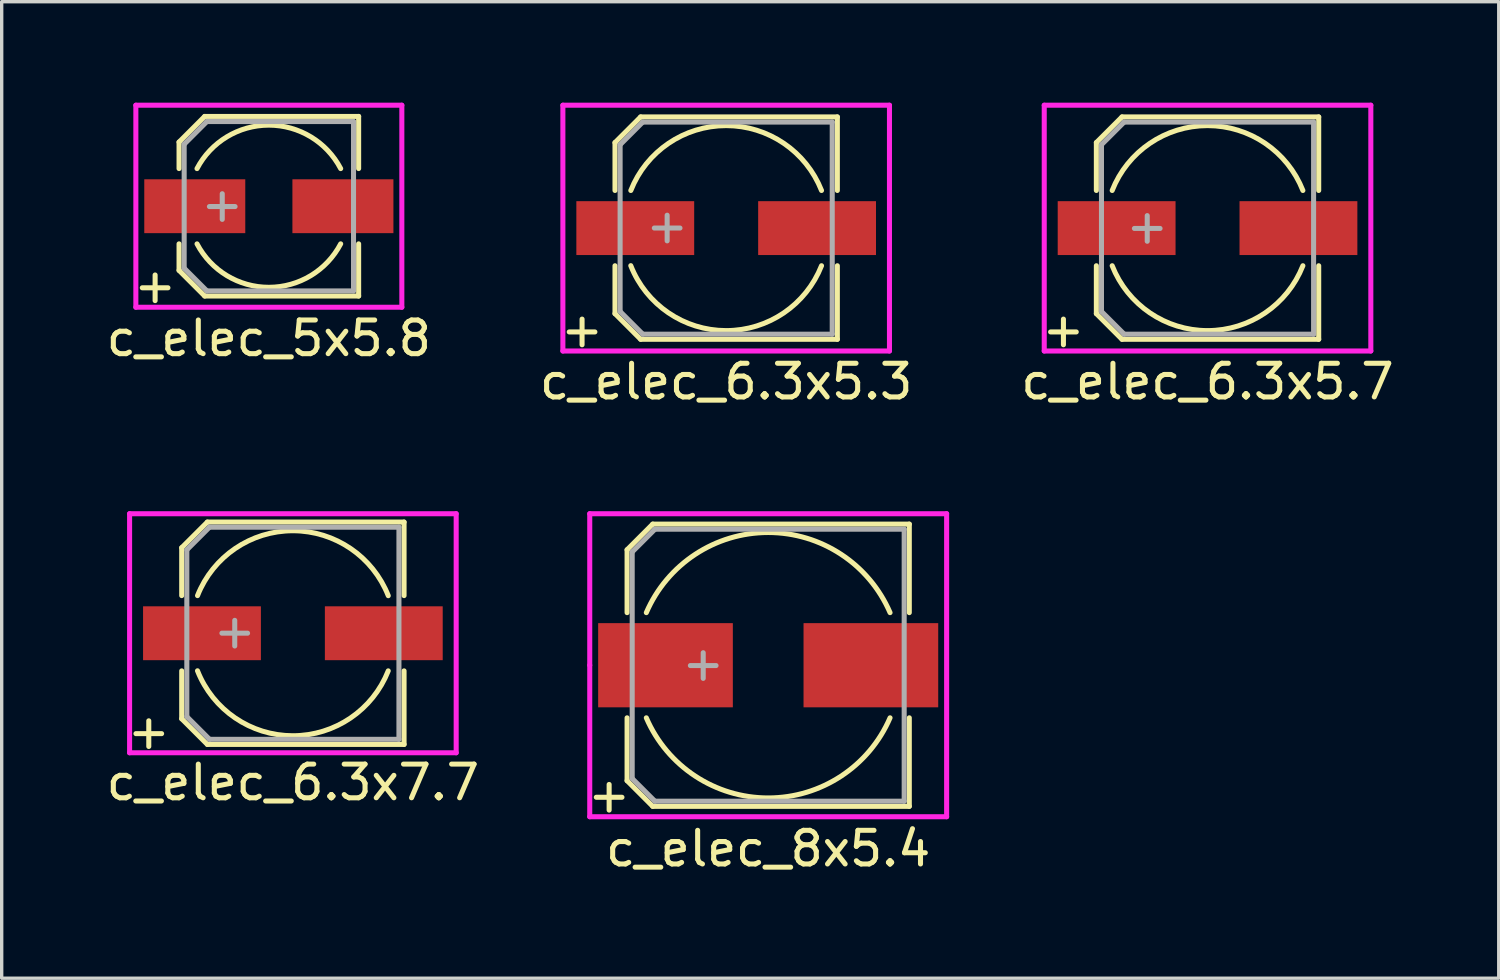
<source format=kicad_pcb>
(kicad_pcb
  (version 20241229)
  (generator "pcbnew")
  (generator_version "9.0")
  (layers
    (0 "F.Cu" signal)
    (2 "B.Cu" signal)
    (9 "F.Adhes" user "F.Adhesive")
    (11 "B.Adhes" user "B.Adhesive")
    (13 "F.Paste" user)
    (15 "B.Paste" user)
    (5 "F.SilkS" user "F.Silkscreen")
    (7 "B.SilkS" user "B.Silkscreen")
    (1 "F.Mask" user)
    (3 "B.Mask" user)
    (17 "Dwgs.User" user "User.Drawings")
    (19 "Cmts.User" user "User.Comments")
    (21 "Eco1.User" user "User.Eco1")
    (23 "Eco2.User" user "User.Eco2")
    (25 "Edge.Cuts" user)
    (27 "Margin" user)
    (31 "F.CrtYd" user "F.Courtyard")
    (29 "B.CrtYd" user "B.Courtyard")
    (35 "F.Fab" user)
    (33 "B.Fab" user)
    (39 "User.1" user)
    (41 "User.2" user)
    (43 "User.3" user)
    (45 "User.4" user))
  (footprint "c_elec_6.3x7.7"
    (layer "F.Cu")
    (at 5.649 15.758)
    (property "Reference" "c_elec_6.3x7.7" (at 0 4.432 0) (layer "F.SilkS") (effects (font (size 1 1) (thickness 0.15))))
    (attr smd)
    (fp_line (start -3.302 -2.54) (end -3.302 -1.118) (stroke (width 0.15) (type solid)) (layer "F.SilkS"))
    (fp_line (start -3.302 -2.54) (end -2.54 -3.302) (stroke (width 0.15) (type solid)) (layer "F.SilkS"))
    (fp_line (start -3.302 2.54) (end -3.302 1.118) (stroke (width 0.15) (type solid)) (layer "F.SilkS"))
    (fp_line (start -2.54 -3.302) (end 3.302 -3.302) (stroke (width 0.15) (type solid)) (layer "F.SilkS"))
    (fp_line (start -2.54 3.302) (end -3.302 2.54) (stroke (width 0.15) (type solid)) (layer "F.SilkS"))
    (fp_line (start 3.302 -3.302) (end 3.302 -1.118) (stroke (width 0.15) (type solid)) (layer "F.SilkS"))
    (fp_line (start 3.302 3.302) (end -2.54 3.302) (stroke (width 0.15) (type solid)) (layer "F.SilkS"))
    (fp_line (start 3.302 3.302) (end 3.302 1.118) (stroke (width 0.15) (type solid)) (layer "F.SilkS"))
    (fp_arc (start -2.8321 -1.1176) (mid 0.001257 -3.044638) (end 2.833022 -1.115262) (stroke (width 0.15) (type solid)) (layer "F.SilkS"))
    (fp_arc (start 2.8321 1.1176) (mid -0.001257 3.044638) (end -2.833022 1.115262) (stroke (width 0.15) (type solid)) (layer "F.SilkS"))
    (fp_line (start -4.85 -3.55) (end -4.85 3.55) (stroke (width 0.15) (type solid)) (layer "F.CrtYd"))
    (fp_line (start -4.85 3.55) (end 4.85 3.55) (stroke (width 0.15) (type solid)) (layer "F.CrtYd"))
    (fp_line (start 4.85 -3.55) (end -4.85 -3.55) (stroke (width 0.15) (type solid)) (layer "F.CrtYd"))
    (fp_line (start 4.85 3.55) (end 4.85 -3.55) (stroke (width 0.15) (type solid)) (layer "F.CrtYd"))
    (fp_line (start -3.15 -2.477) (end -3.15 2.477) (stroke (width 0.15) (type solid)) (layer "F.Fab"))
    (fp_line (start -3.15 2.477) (end -2.477 3.15) (stroke (width 0.15) (type solid)) (layer "F.Fab"))
    (fp_line (start -2.477 -3.15) (end -3.15 -2.477) (stroke (width 0.15) (type solid)) (layer "F.Fab"))
    (fp_line (start -2.477 3.15) (end 3.15 3.15) (stroke (width 0.15) (type solid)) (layer "F.Fab"))
    (fp_line (start 3.15 -3.15) (end -2.477 -3.15) (stroke (width 0.15) (type solid)) (layer "F.Fab"))
    (fp_line (start 3.15 3.15) (end 3.15 -3.15) (stroke (width 0.15) (type solid)) (layer "F.Fab"))
    (fp_text user "+" (at -4.28 2.908 0) (layer "F.SilkS") (effects (font (size 1 1) (thickness 0.15))))
    (fp_text user "+" (at -1.727 -0.076 0) (layer "F.Fab") (effects (font (size 1 1) (thickness 0.15))))
    (pad "1" smd rect (at -2.7 0 180) (size 3.5 1.6) (layers "F.Cu" "F.Mask" "F.Paste"))
    (pad "2" smd rect (at 2.7 0 180) (size 3.5 1.6) (layers "F.Cu" "F.Mask" "F.Paste")))
  (footprint "c_elec_8x5.4"
    (layer "F.Cu")
    (at 19.766 16.708)
    (property "Reference" "c_elec_8x5.4" (at 0 5.448 0) (layer "F.SilkS") (effects (font (size 1 1) (thickness 0.15))))
    (attr smd)
    (fp_line (start -4.191 -3.429) (end -4.191 -1.562) (stroke (width 0.15) (type solid)) (layer "F.SilkS"))
    (fp_line (start -4.191 -3.429) (end -3.429 -4.191) (stroke (width 0.15) (type solid)) (layer "F.SilkS"))
    (fp_line (start -4.191 3.429) (end -4.191 1.562) (stroke (width 0.15) (type solid)) (layer "F.SilkS"))
    (fp_line (start -3.429 -4.191) (end 4.191 -4.191) (stroke (width 0.15) (type solid)) (layer "F.SilkS"))
    (fp_line (start -3.429 4.191) (end -4.191 3.429) (stroke (width 0.15) (type solid)) (layer "F.SilkS"))
    (fp_line (start 4.191 -4.191) (end 4.191 -1.562) (stroke (width 0.15) (type solid)) (layer "F.SilkS"))
    (fp_line (start 4.191 4.191) (end -3.429 4.191) (stroke (width 0.15) (type solid)) (layer "F.SilkS"))
    (fp_line (start 4.191 4.191) (end 4.191 1.562) (stroke (width 0.15) (type solid)) (layer "F.SilkS"))
    (fp_arc (start -3.6195 -1.5621) (mid 0 -3.942199) (end 3.6195 -1.5621) (stroke (width 0.15) (type solid)) (layer "F.SilkS"))
    (fp_arc (start 3.6195 1.5621) (mid 0 3.942199) (end -3.6195 1.5621) (stroke (width 0.15) (type solid)) (layer "F.SilkS"))
    (fp_line (start -5.3 -4.5) (end -5.3 0) (stroke (width 0.15) (type solid)) (layer "F.CrtYd"))
    (fp_line (start -5.3 0) (end -5.3 4.5) (stroke (width 0.15) (type solid)) (layer "F.CrtYd"))
    (fp_line (start -5.3 4.5) (end 5.3 4.5) (stroke (width 0.15) (type solid)) (layer "F.CrtYd"))
    (fp_line (start 5.3 -4.5) (end -5.3 -4.5) (stroke (width 0.15) (type solid)) (layer "F.CrtYd"))
    (fp_line (start 5.3 4.5) (end 5.3 -4.5) (stroke (width 0.15) (type solid)) (layer "F.CrtYd"))
    (fp_line (start -4.039 -3.365) (end -4.039 3.365) (stroke (width 0.15) (type solid)) (layer "F.Fab"))
    (fp_line (start -4.039 3.365) (end -3.365 4.039) (stroke (width 0.15) (type solid)) (layer "F.Fab"))
    (fp_line (start -3.365 -4.039) (end -4.039 -3.365) (stroke (width 0.15) (type solid)) (layer "F.Fab"))
    (fp_line (start -3.365 4.039) (end 4.039 4.039) (stroke (width 0.15) (type solid)) (layer "F.Fab"))
    (fp_line (start 4.039 -4.039) (end -3.365 -4.039) (stroke (width 0.15) (type solid)) (layer "F.Fab"))
    (fp_line (start 4.039 4.039) (end 4.039 -4.039) (stroke (width 0.15) (type solid)) (layer "F.Fab"))
    (fp_text user "+" (at -4.724 3.848 0) (layer "F.SilkS") (effects (font (size 1 1) (thickness 0.15))))
    (fp_text user "+" (at -1.93 -0.064 0) (layer "F.Fab") (effects (font (size 1 1) (thickness 0.15))))
    (pad "1" smd rect (at -3.05 0 180) (size 4 2.5) (layers "F.Cu" "F.Mask" "F.Paste"))
    (pad "2" smd rect (at 3.05 0 180) (size 4 2.5) (layers "F.Cu" "F.Mask" "F.Paste")))
  (footprint "c_elec_6.3x5.7"
    (layer "F.Cu")
    (at 32.815 3.725)
    (property "Reference" "c_elec_6.3x5.7" (at 0 4.559 0) (layer "F.SilkS") (effects (font (size 1 1) (thickness 0.15))))
    (attr smd)
    (fp_line (start -3.302 -2.54) (end -3.302 -1.118) (stroke (width 0.15) (type solid)) (layer "F.SilkS"))
    (fp_line (start -3.302 -2.54) (end -2.54 -3.302) (stroke (width 0.15) (type solid)) (layer "F.SilkS"))
    (fp_line (start -3.302 2.54) (end -3.302 1.118) (stroke (width 0.15) (type solid)) (layer "F.SilkS"))
    (fp_line (start -2.54 -3.302) (end 3.302 -3.302) (stroke (width 0.15) (type solid)) (layer "F.SilkS"))
    (fp_line (start -2.54 3.302) (end -3.302 2.54) (stroke (width 0.15) (type solid)) (layer "F.SilkS"))
    (fp_line (start 3.302 -3.302) (end 3.302 -1.118) (stroke (width 0.15) (type solid)) (layer "F.SilkS"))
    (fp_line (start 3.302 3.302) (end -2.54 3.302) (stroke (width 0.15) (type solid)) (layer "F.SilkS"))
    (fp_line (start 3.302 3.302) (end 3.302 1.118) (stroke (width 0.15) (type solid)) (layer "F.SilkS"))
    (fp_arc (start -2.8321 -1.1176) (mid 0 -3.044638) (end 2.8321 -1.1176) (stroke (width 0.15) (type solid)) (layer "F.SilkS"))
    (fp_arc (start 2.8321 1.1176) (mid 0 3.044638) (end -2.8321 1.1176) (stroke (width 0.15) (type solid)) (layer "F.SilkS"))
    (fp_line (start -4.85 -3.65) (end -4.85 3.65) (stroke (width 0.15) (type solid)) (layer "F.CrtYd"))
    (fp_line (start -4.85 3.65) (end 4.85 3.65) (stroke (width 0.15) (type solid)) (layer "F.CrtYd"))
    (fp_line (start 4.85 -3.65) (end -4.85 -3.65) (stroke (width 0.15) (type solid)) (layer "F.CrtYd"))
    (fp_line (start 4.85 3.65) (end 4.85 -3.65) (stroke (width 0.15) (type solid)) (layer "F.CrtYd"))
    (fp_line (start -3.15 -2.477) (end -3.15 2.477) (stroke (width 0.15) (type solid)) (layer "F.Fab"))
    (fp_line (start -3.15 2.477) (end -2.477 3.15) (stroke (width 0.15) (type solid)) (layer "F.Fab"))
    (fp_line (start -2.477 -3.15) (end -3.15 -2.477) (stroke (width 0.15) (type solid)) (layer "F.Fab"))
    (fp_line (start -2.477 3.15) (end 3.15 3.15) (stroke (width 0.15) (type solid)) (layer "F.Fab"))
    (fp_line (start 3.15 -3.15) (end -2.477 -3.15) (stroke (width 0.15) (type solid)) (layer "F.Fab"))
    (fp_line (start 3.15 3.15) (end 3.15 -3.15) (stroke (width 0.15) (type solid)) (layer "F.Fab"))
    (fp_text user "+" (at -4.28 3.01 0) (layer "F.SilkS") (effects (font (size 1 1) (thickness 0.15))))
    (fp_text user "+" (at -1.791 -0.064 0) (layer "F.Fab") (effects (font (size 1 1) (thickness 0.15))))
    (pad "1" smd rect (at -2.7 0 180) (size 3.5 1.6) (layers "F.Cu" "F.Mask" "F.Paste"))
    (pad "2" smd rect (at 2.7 0 180) (size 3.5 1.6) (layers "F.Cu" "F.Mask" "F.Paste")))
  (footprint "c_elec_6.3x5.3"
    (layer "F.Cu")
    (at 18.518 3.725)
    (property "Reference" "c_elec_6.3x5.3" (at 0 4.559 0) (layer "F.SilkS") (effects (font (size 1 1) (thickness 0.15))))
    (attr smd)
    (fp_line (start -3.302 -2.54) (end -3.302 -1.118) (stroke (width 0.15) (type solid)) (layer "F.SilkS"))
    (fp_line (start -3.302 -2.54) (end -2.54 -3.302) (stroke (width 0.15) (type solid)) (layer "F.SilkS"))
    (fp_line (start -3.302 2.54) (end -3.302 1.118) (stroke (width 0.15) (type solid)) (layer "F.SilkS"))
    (fp_line (start -2.54 -3.302) (end 3.302 -3.302) (stroke (width 0.15) (type solid)) (layer "F.SilkS"))
    (fp_line (start -2.54 3.302) (end -3.302 2.54) (stroke (width 0.15) (type solid)) (layer "F.SilkS"))
    (fp_line (start 3.302 -3.302) (end 3.302 -1.118) (stroke (width 0.15) (type solid)) (layer "F.SilkS"))
    (fp_line (start 3.302 3.302) (end -2.54 3.302) (stroke (width 0.15) (type solid)) (layer "F.SilkS"))
    (fp_line (start 3.302 3.302) (end 3.302 1.118) (stroke (width 0.15) (type solid)) (layer "F.SilkS"))
    (fp_arc (start -2.8321 -1.1176) (mid 0 -3.044638) (end 2.8321 -1.1176) (stroke (width 0.15) (type solid)) (layer "F.SilkS"))
    (fp_arc (start 2.8321 1.1176) (mid -0.001072 3.044638) (end -2.832886 1.115606) (stroke (width 0.15) (type solid)) (layer "F.SilkS"))
    (fp_line (start -4.85 -3.65) (end -4.85 3.65) (stroke (width 0.15) (type solid)) (layer "F.CrtYd"))
    (fp_line (start -4.85 3.65) (end 4.85 3.65) (stroke (width 0.15) (type solid)) (layer "F.CrtYd"))
    (fp_line (start 4.85 -3.65) (end -4.85 -3.65) (stroke (width 0.15) (type solid)) (layer "F.CrtYd"))
    (fp_line (start 4.85 3.65) (end 4.85 -3.65) (stroke (width 0.15) (type solid)) (layer "F.CrtYd"))
    (fp_line (start -3.15 -2.477) (end -3.15 2.477) (stroke (width 0.15) (type solid)) (layer "F.Fab"))
    (fp_line (start -3.15 2.477) (end -2.477 3.15) (stroke (width 0.15) (type solid)) (layer "F.Fab"))
    (fp_line (start -2.477 -3.15) (end -3.15 -2.477) (stroke (width 0.15) (type solid)) (layer "F.Fab"))
    (fp_line (start -2.477 3.15) (end 3.15 3.15) (stroke (width 0.15) (type solid)) (layer "F.Fab"))
    (fp_line (start 3.15 -3.15) (end -2.477 -3.15) (stroke (width 0.15) (type solid)) (layer "F.Fab"))
    (fp_line (start 3.15 3.15) (end 3.15 -3.15) (stroke (width 0.15) (type solid)) (layer "F.Fab"))
    (fp_text user "+" (at -4.28 3.01 0) (layer "F.SilkS") (effects (font (size 1 1) (thickness 0.15))))
    (fp_text user "+" (at -1.753 -0.076 0) (layer "F.Fab") (effects (font (size 1 1) (thickness 0.15))))
    (pad "1" smd rect (at -2.7 0 180) (size 3.5 1.6) (layers "F.Cu" "F.Mask" "F.Paste"))
    (pad "2" smd rect (at 2.7 0 180) (size 3.5 1.6) (layers "F.Cu" "F.Mask" "F.Paste")))
  (footprint "c_elec_5x5.8"
    (layer "F.Cu")
    (at 4.935 3.075)
    (property "Reference" "c_elec_5x5.8" (at 0 3.924 0) (layer "F.SilkS") (effects (font (size 1 1) (thickness 0.15))))
    (attr smd)
    (fp_line (start -2.667 -1.905) (end -2.667 -1.118) (stroke (width 0.15) (type solid)) (layer "F.SilkS"))
    (fp_line (start -2.667 1.905) (end -2.667 1.118) (stroke (width 0.15) (type solid)) (layer "F.SilkS"))
    (fp_line (start -2.667 1.905) (end -1.905 2.667) (stroke (width 0.15) (type solid)) (layer "F.SilkS"))
    (fp_line (start -1.905 -2.667) (end -2.667 -1.905) (stroke (width 0.15) (type solid)) (layer "F.SilkS"))
    (fp_line (start -1.905 2.667) (end 2.667 2.667) (stroke (width 0.15) (type solid)) (layer "F.SilkS"))
    (fp_line (start 2.667 -2.667) (end -1.905 -2.667) (stroke (width 0.15) (type solid)) (layer "F.SilkS"))
    (fp_line (start 2.667 -2.667) (end 2.667 -1.118) (stroke (width 0.15) (type solid)) (layer "F.SilkS"))
    (fp_line (start 2.667 2.667) (end 2.667 1.118) (stroke (width 0.15) (type solid)) (layer "F.SilkS"))
    (fp_arc (start -2.1336 -1.1176) (mid 0 -2.408584) (end 2.1336 -1.1176) (stroke (width 0.15) (type solid)) (layer "F.SilkS"))
    (fp_arc (start 2.1336 1.1176) (mid 0.000549 2.408584) (end -2.133091 1.118572) (stroke (width 0.15) (type solid)) (layer "F.SilkS"))
    (fp_line (start -3.95 -3) (end -3.95 3) (stroke (width 0.15) (type solid)) (layer "F.CrtYd"))
    (fp_line (start -3.95 3) (end 3.95 3) (stroke (width 0.15) (type solid)) (layer "F.CrtYd"))
    (fp_line (start 3.95 -3) (end -3.95 -3) (stroke (width 0.15) (type solid)) (layer "F.CrtYd"))
    (fp_line (start 3.95 3) (end 3.95 -3) (stroke (width 0.15) (type solid)) (layer "F.CrtYd"))
    (fp_line (start -2.515 -1.841) (end -2.515 1.841) (stroke (width 0.15) (type solid)) (layer "F.Fab"))
    (fp_line (start -2.515 1.841) (end -1.841 2.515) (stroke (width 0.15) (type solid)) (layer "F.Fab"))
    (fp_line (start -1.841 -2.515) (end -2.515 -1.841) (stroke (width 0.15) (type solid)) (layer "F.Fab"))
    (fp_line (start -1.841 2.515) (end 2.515 2.515) (stroke (width 0.15) (type solid)) (layer "F.Fab"))
    (fp_line (start 2.515 -2.515) (end -1.841 -2.515) (stroke (width 0.15) (type solid)) (layer "F.Fab"))
    (fp_line (start 2.515 2.515) (end 2.515 -2.515) (stroke (width 0.15) (type solid)) (layer "F.Fab"))
    (fp_text user "+" (at -3.378 2.349 0) (layer "F.SilkS") (effects (font (size 1 1) (thickness 0.15))))
    (fp_text user "+" (at -1.384 -0.064 0) (layer "F.Fab") (effects (font (size 1 1) (thickness 0.15))))
    (pad "1" smd rect (at -2.2 0 180) (size 3 1.6) (layers "F.Cu" "F.Mask" "F.Paste"))
    (pad "2" smd rect (at 2.2 0 180) (size 3 1.6) (layers "F.Cu" "F.Mask" "F.Paste")))
  (gr_rect
    (start -3 -3)
    (end 41.464 26.004)
    (stroke (width 0.1) (type default))
    (fill no)
    (layer "Edge.Cuts")))
</source>
